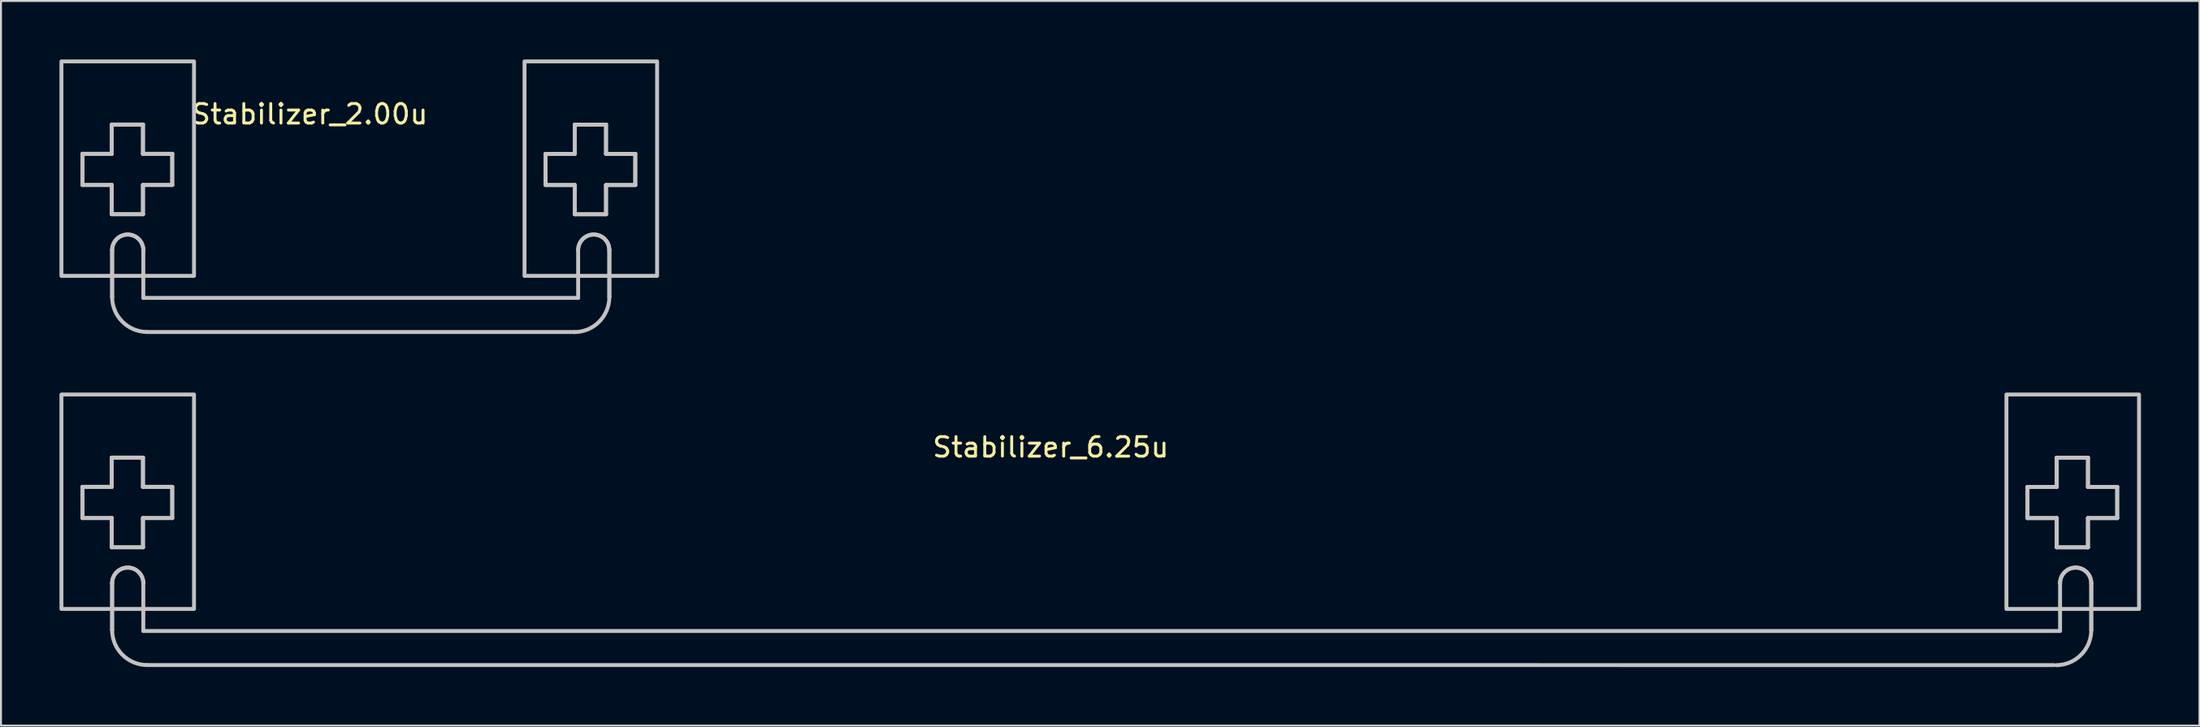
<source format=kicad_pcb>
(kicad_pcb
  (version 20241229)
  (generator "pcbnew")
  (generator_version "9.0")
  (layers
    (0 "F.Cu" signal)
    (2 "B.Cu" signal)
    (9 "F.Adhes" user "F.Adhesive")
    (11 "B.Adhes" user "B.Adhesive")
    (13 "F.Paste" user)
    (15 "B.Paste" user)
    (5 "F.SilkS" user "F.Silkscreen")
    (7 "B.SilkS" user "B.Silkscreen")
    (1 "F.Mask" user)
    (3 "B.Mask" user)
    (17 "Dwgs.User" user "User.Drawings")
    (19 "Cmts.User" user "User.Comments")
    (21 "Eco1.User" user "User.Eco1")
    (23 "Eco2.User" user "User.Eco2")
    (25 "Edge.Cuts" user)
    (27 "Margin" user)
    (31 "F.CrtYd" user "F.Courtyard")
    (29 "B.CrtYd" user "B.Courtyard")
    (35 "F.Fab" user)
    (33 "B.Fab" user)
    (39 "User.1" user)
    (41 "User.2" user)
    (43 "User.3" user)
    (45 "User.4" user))
  (footprint "Stabilizer_2.00u"
    (layer "F.Cu")
    (at 15.375 5.6)
    (property "Reference" "Stabilizer_2.00u" (at -2.54 -2.794 0) (layer "F.SilkS") (effects (font (size 1 1) (thickness 0.15))))
    (attr allow_missing_courtyard)
    (fp_line (start -14.193 -0.762) (end -12.693 -0.762) (stroke (width 0.2) (type default)) (layer "Dwgs.User"))
    (fp_line (start -14.193 -0.762) (end -12.693 -0.762) (stroke (width 0.2) (type default)) (layer "Dwgs.User"))
    (fp_line (start -14.193 0.838) (end -14.193 -0.762) (stroke (width 0.2) (type default)) (layer "Dwgs.User"))
    (fp_line (start -14.193 0.838) (end -14.193 -0.762) (stroke (width 0.2) (type default)) (layer "Dwgs.User"))
    (fp_line (start -12.693 -2.262) (end -11.093 -2.262) (stroke (width 0.2) (type default)) (layer "Dwgs.User"))
    (fp_line (start -12.693 -2.262) (end -11.093 -2.262) (stroke (width 0.2) (type default)) (layer "Dwgs.User"))
    (fp_line (start -12.693 -0.762) (end -12.693 -2.262) (stroke (width 0.2) (type default)) (layer "Dwgs.User"))
    (fp_line (start -12.693 -0.762) (end -12.693 -2.262) (stroke (width 0.2) (type default)) (layer "Dwgs.User"))
    (fp_line (start -12.693 0.838) (end -14.193 0.838) (stroke (width 0.2) (type default)) (layer "Dwgs.User"))
    (fp_line (start -12.693 0.838) (end -14.193 0.838) (stroke (width 0.2) (type default)) (layer "Dwgs.User"))
    (fp_line (start -12.693 2.338) (end -12.693 0.838) (stroke (width 0.2) (type default)) (layer "Dwgs.User"))
    (fp_line (start -12.693 2.338) (end -12.693 0.838) (stroke (width 0.2) (type default)) (layer "Dwgs.User"))
    (fp_line (start -12.675 6.584) (end -12.675 4.179) (stroke (width 0.2) (type default)) (layer "Dwgs.User"))
    (fp_line (start -12.675 6.584) (end -12.675 4.179) (stroke (width 0.2) (type default)) (layer "Dwgs.User"))
    (fp_line (start -11.093 -2.262) (end -11.093 -0.762) (stroke (width 0.2) (type default)) (layer "Dwgs.User"))
    (fp_line (start -11.093 -2.262) (end -11.093 -0.762) (stroke (width 0.2) (type default)) (layer "Dwgs.User"))
    (fp_line (start -11.093 -0.762) (end -9.593 -0.762) (stroke (width 0.2) (type default)) (layer "Dwgs.User"))
    (fp_line (start -11.093 -0.762) (end -9.593 -0.762) (stroke (width 0.2) (type default)) (layer "Dwgs.User"))
    (fp_line (start -11.093 0.838) (end -11.093 2.338) (stroke (width 0.2) (type default)) (layer "Dwgs.User"))
    (fp_line (start -11.093 0.838) (end -11.093 2.338) (stroke (width 0.2) (type default)) (layer "Dwgs.User"))
    (fp_line (start -11.093 2.338) (end -12.693 2.338) (stroke (width 0.2) (type default)) (layer "Dwgs.User"))
    (fp_line (start -11.093 2.338) (end -12.693 2.338) (stroke (width 0.2) (type default)) (layer "Dwgs.User"))
    (fp_line (start -11.075 6.63) (end -11.075 4.179) (stroke (width 0.2) (type default)) (layer "Dwgs.User"))
    (fp_line (start -9.593 -0.762) (end -9.593 0.838) (stroke (width 0.2) (type default)) (layer "Dwgs.User"))
    (fp_line (start -9.593 -0.762) (end -9.593 0.838) (stroke (width 0.2) (type default)) (layer "Dwgs.User"))
    (fp_line (start -9.593 0.838) (end -11.093 0.838) (stroke (width 0.2) (type default)) (layer "Dwgs.User"))
    (fp_line (start -9.593 0.838) (end -11.093 0.838) (stroke (width 0.2) (type default)) (layer "Dwgs.User"))
    (fp_line (start 9.555 -0.76) (end 11.055 -0.76) (stroke (width 0.2) (type default)) (layer "Dwgs.User"))
    (fp_line (start 9.555 -0.76) (end 11.055 -0.76) (stroke (width 0.2) (type default)) (layer "Dwgs.User"))
    (fp_line (start 9.555 0.84) (end 9.555 -0.76) (stroke (width 0.2) (type default)) (layer "Dwgs.User"))
    (fp_line (start 9.555 0.84) (end 9.555 -0.76) (stroke (width 0.2) (type default)) (layer "Dwgs.User"))
    (fp_line (start 11.025 8.38) (end -10.875 8.38) (stroke (width 0.2) (type default)) (layer "Dwgs.User"))
    (fp_line (start 11.055 -2.26) (end 12.655 -2.26) (stroke (width 0.2) (type default)) (layer "Dwgs.User"))
    (fp_line (start 11.055 -2.26) (end 12.655 -2.26) (stroke (width 0.2) (type default)) (layer "Dwgs.User"))
    (fp_line (start 11.055 -0.76) (end 11.055 -2.26) (stroke (width 0.2) (type default)) (layer "Dwgs.User"))
    (fp_line (start 11.055 -0.76) (end 11.055 -2.26) (stroke (width 0.2) (type default)) (layer "Dwgs.User"))
    (fp_line (start 11.055 0.84) (end 9.555 0.84) (stroke (width 0.2) (type default)) (layer "Dwgs.User"))
    (fp_line (start 11.055 0.84) (end 9.555 0.84) (stroke (width 0.2) (type default)) (layer "Dwgs.User"))
    (fp_line (start 11.055 2.34) (end 11.055 0.84) (stroke (width 0.2) (type default)) (layer "Dwgs.User"))
    (fp_line (start 11.055 2.34) (end 11.055 0.84) (stroke (width 0.2) (type default)) (layer "Dwgs.User"))
    (fp_line (start 11.225 4.179) (end 11.225 6.63) (stroke (width 0.2) (type default)) (layer "Dwgs.User"))
    (fp_line (start 11.225 6.63) (end -11.075 6.63) (stroke (width 0.2) (type default)) (layer "Dwgs.User"))
    (fp_line (start 12.655 -2.26) (end 12.655 -0.76) (stroke (width 0.2) (type default)) (layer "Dwgs.User"))
    (fp_line (start 12.655 -2.26) (end 12.655 -0.76) (stroke (width 0.2) (type default)) (layer "Dwgs.User"))
    (fp_line (start 12.655 -0.76) (end 14.155 -0.76) (stroke (width 0.2) (type default)) (layer "Dwgs.User"))
    (fp_line (start 12.655 -0.76) (end 14.155 -0.76) (stroke (width 0.2) (type default)) (layer "Dwgs.User"))
    (fp_line (start 12.655 0.84) (end 12.655 2.34) (stroke (width 0.2) (type default)) (layer "Dwgs.User"))
    (fp_line (start 12.655 0.84) (end 12.655 2.34) (stroke (width 0.2) (type default)) (layer "Dwgs.User"))
    (fp_line (start 12.655 2.34) (end 11.055 2.34) (stroke (width 0.2) (type default)) (layer "Dwgs.User"))
    (fp_line (start 12.655 2.34) (end 11.055 2.34) (stroke (width 0.2) (type default)) (layer "Dwgs.User"))
    (fp_line (start 12.825 4.179) (end 12.825 6.584) (stroke (width 0.2) (type default)) (layer "Dwgs.User"))
    (fp_line (start 12.825 4.179) (end 12.825 6.584) (stroke (width 0.2) (type default)) (layer "Dwgs.User"))
    (fp_line (start 14.155 -0.76) (end 14.155 0.84) (stroke (width 0.2) (type default)) (layer "Dwgs.User"))
    (fp_line (start 14.155 -0.76) (end 14.155 0.84) (stroke (width 0.2) (type default)) (layer "Dwgs.User"))
    (fp_line (start 14.155 0.84) (end 12.655 0.84) (stroke (width 0.2) (type default)) (layer "Dwgs.User"))
    (fp_line (start 14.155 0.84) (end 12.655 0.84) (stroke (width 0.2) (type default)) (layer "Dwgs.User"))
    (fp_rect (start -15.275 -5.5) (end -8.475 5.5) (stroke (width 0.2) (type solid)) (fill no) (layer "Dwgs.User"))
    (fp_rect (start 8.475 -5.5) (end 15.275 5.5) (stroke (width 0.2) (type solid)) (fill no) (layer "Dwgs.User"))
    (fp_arc (start -12.675 4.179208) (mid -11.875 3.379208) (end -11.075 4.179208) (stroke (width 0.2) (type default)) (layer "Dwgs.User"))
    (fp_arc (start -12.675 4.179208) (mid -11.875 3.379208) (end -11.075 4.179208) (stroke (width 0.2) (type default)) (layer "Dwgs.User"))
    (fp_arc (start -10.875012 8.377204) (mid -12.1478 7.85) (end -12.675 6.577204) (stroke (width 0.2) (type default)) (layer "Dwgs.User"))
    (fp_arc (start 11.225 4.179208) (mid 12.025 3.379208) (end 12.825 4.179208) (stroke (width 0.2) (type default)) (layer "Dwgs.User"))
    (fp_arc (start 11.225 4.17921) (mid 12.025 3.379208) (end 12.825 4.17921) (stroke (width 0.2) (type default)) (layer "Dwgs.User"))
    (fp_arc (start 12.825 6.58383) (mid 12.297796 7.856618) (end 11.025 8.383818) (stroke (width 0.2) (type default)) (layer "Dwgs.User")))
  (footprint "Stabilizer_6.25u"
    (layer "F.Cu")
    (at 53.375 22.684)
    (property "Reference" "Stabilizer_6.25u" (at -2.54 -2.794 0) (layer "F.SilkS") (effects (font (size 1 1) (thickness 0.15))))
    (attr allow_missing_courtyard)
    (fp_line (start -52.193 -0.762) (end -50.693 -0.762) (stroke (width 0.2) (type default)) (layer "Dwgs.User"))
    (fp_line (start -52.193 -0.762) (end -50.693 -0.762) (stroke (width 0.2) (type default)) (layer "Dwgs.User"))
    (fp_line (start -52.193 0.838) (end -52.193 -0.762) (stroke (width 0.2) (type default)) (layer "Dwgs.User"))
    (fp_line (start -52.193 0.838) (end -52.193 -0.762) (stroke (width 0.2) (type default)) (layer "Dwgs.User"))
    (fp_line (start -50.693 -2.262) (end -49.093 -2.262) (stroke (width 0.2) (type default)) (layer "Dwgs.User"))
    (fp_line (start -50.693 -2.262) (end -49.093 -2.262) (stroke (width 0.2) (type default)) (layer "Dwgs.User"))
    (fp_line (start -50.693 -0.762) (end -50.693 -2.262) (stroke (width 0.2) (type default)) (layer "Dwgs.User"))
    (fp_line (start -50.693 -0.762) (end -50.693 -2.262) (stroke (width 0.2) (type default)) (layer "Dwgs.User"))
    (fp_line (start -50.693 0.838) (end -52.193 0.838) (stroke (width 0.2) (type default)) (layer "Dwgs.User"))
    (fp_line (start -50.693 0.838) (end -52.193 0.838) (stroke (width 0.2) (type default)) (layer "Dwgs.User"))
    (fp_line (start -50.693 2.338) (end -50.693 0.838) (stroke (width 0.2) (type default)) (layer "Dwgs.User"))
    (fp_line (start -50.693 2.338) (end -50.693 0.838) (stroke (width 0.2) (type default)) (layer "Dwgs.User"))
    (fp_line (start -50.675 6.584) (end -50.675 4.179) (stroke (width 0.2) (type default)) (layer "Dwgs.User"))
    (fp_line (start -50.675 6.584) (end -50.675 4.179) (stroke (width 0.2) (type default)) (layer "Dwgs.User"))
    (fp_line (start -49.093 -2.262) (end -49.093 -0.762) (stroke (width 0.2) (type default)) (layer "Dwgs.User"))
    (fp_line (start -49.093 -2.262) (end -49.093 -0.762) (stroke (width 0.2) (type default)) (layer "Dwgs.User"))
    (fp_line (start -49.093 -0.762) (end -47.593 -0.762) (stroke (width 0.2) (type default)) (layer "Dwgs.User"))
    (fp_line (start -49.093 -0.762) (end -47.593 -0.762) (stroke (width 0.2) (type default)) (layer "Dwgs.User"))
    (fp_line (start -49.093 0.838) (end -49.093 2.338) (stroke (width 0.2) (type default)) (layer "Dwgs.User"))
    (fp_line (start -49.093 0.838) (end -49.093 2.338) (stroke (width 0.2) (type default)) (layer "Dwgs.User"))
    (fp_line (start -49.093 2.338) (end -50.693 2.338) (stroke (width 0.2) (type default)) (layer "Dwgs.User"))
    (fp_line (start -49.093 2.338) (end -50.693 2.338) (stroke (width 0.2) (type default)) (layer "Dwgs.User"))
    (fp_line (start -49.075 6.63) (end -49.075 4.179) (stroke (width 0.2) (type default)) (layer "Dwgs.User"))
    (fp_line (start -47.593 -0.762) (end -47.593 0.838) (stroke (width 0.2) (type default)) (layer "Dwgs.User"))
    (fp_line (start -47.593 -0.762) (end -47.593 0.838) (stroke (width 0.2) (type default)) (layer "Dwgs.User"))
    (fp_line (start -47.593 0.838) (end -49.093 0.838) (stroke (width 0.2) (type default)) (layer "Dwgs.User"))
    (fp_line (start -47.593 0.838) (end -49.093 0.838) (stroke (width 0.2) (type default)) (layer "Dwgs.User"))
    (fp_line (start 47.555 -0.76) (end 49.055 -0.76) (stroke (width 0.2) (type default)) (layer "Dwgs.User"))
    (fp_line (start 47.555 -0.76) (end 49.055 -0.76) (stroke (width 0.2) (type default)) (layer "Dwgs.User"))
    (fp_line (start 47.555 0.84) (end 47.555 -0.76) (stroke (width 0.2) (type default)) (layer "Dwgs.User"))
    (fp_line (start 47.555 0.84) (end 47.555 -0.76) (stroke (width 0.2) (type default)) (layer "Dwgs.User"))
    (fp_line (start 48.908 8.38) (end -48.875 8.377) (stroke (width 0.2) (type default)) (layer "Dwgs.User"))
    (fp_line (start 49.055 -2.26) (end 50.655 -2.26) (stroke (width 0.2) (type default)) (layer "Dwgs.User"))
    (fp_line (start 49.055 -2.26) (end 50.655 -2.26) (stroke (width 0.2) (type default)) (layer "Dwgs.User"))
    (fp_line (start 49.055 -0.76) (end 49.055 -2.26) (stroke (width 0.2) (type default)) (layer "Dwgs.User"))
    (fp_line (start 49.055 -0.76) (end 49.055 -2.26) (stroke (width 0.2) (type default)) (layer "Dwgs.User"))
    (fp_line (start 49.055 0.84) (end 47.555 0.84) (stroke (width 0.2) (type default)) (layer "Dwgs.User"))
    (fp_line (start 49.055 0.84) (end 47.555 0.84) (stroke (width 0.2) (type default)) (layer "Dwgs.User"))
    (fp_line (start 49.055 2.34) (end 49.055 0.84) (stroke (width 0.2) (type default)) (layer "Dwgs.User"))
    (fp_line (start 49.055 2.34) (end 49.055 0.84) (stroke (width 0.2) (type default)) (layer "Dwgs.User"))
    (fp_line (start 49.225 4.179) (end 49.225 6.63) (stroke (width 0.2) (type default)) (layer "Dwgs.User"))
    (fp_line (start 49.225 6.63) (end -49.075 6.63) (stroke (width 0.2) (type default)) (layer "Dwgs.User"))
    (fp_line (start 50.655 -2.26) (end 50.655 -0.76) (stroke (width 0.2) (type default)) (layer "Dwgs.User"))
    (fp_line (start 50.655 -2.26) (end 50.655 -0.76) (stroke (width 0.2) (type default)) (layer "Dwgs.User"))
    (fp_line (start 50.655 -0.76) (end 52.155 -0.76) (stroke (width 0.2) (type default)) (layer "Dwgs.User"))
    (fp_line (start 50.655 -0.76) (end 52.155 -0.76) (stroke (width 0.2) (type default)) (layer "Dwgs.User"))
    (fp_line (start 50.655 0.84) (end 50.655 2.34) (stroke (width 0.2) (type default)) (layer "Dwgs.User"))
    (fp_line (start 50.655 0.84) (end 50.655 2.34) (stroke (width 0.2) (type default)) (layer "Dwgs.User"))
    (fp_line (start 50.655 2.34) (end 49.055 2.34) (stroke (width 0.2) (type default)) (layer "Dwgs.User"))
    (fp_line (start 50.655 2.34) (end 49.055 2.34) (stroke (width 0.2) (type default)) (layer "Dwgs.User"))
    (fp_line (start 50.825 4.179) (end 50.825 6.584) (stroke (width 0.2) (type default)) (layer "Dwgs.User"))
    (fp_line (start 50.825 4.179) (end 50.825 6.584) (stroke (width 0.2) (type default)) (layer "Dwgs.User"))
    (fp_line (start 52.155 -0.76) (end 52.155 0.84) (stroke (width 0.2) (type default)) (layer "Dwgs.User"))
    (fp_line (start 52.155 -0.76) (end 52.155 0.84) (stroke (width 0.2) (type default)) (layer "Dwgs.User"))
    (fp_line (start 52.155 0.84) (end 50.655 0.84) (stroke (width 0.2) (type default)) (layer "Dwgs.User"))
    (fp_line (start 52.155 0.84) (end 50.655 0.84) (stroke (width 0.2) (type default)) (layer "Dwgs.User"))
    (fp_rect (start -53.275 -5.5) (end -46.475 5.5) (stroke (width 0.2) (type solid)) (fill no) (layer "Dwgs.User"))
    (fp_rect (start 46.475 -5.5) (end 53.275 5.5) (stroke (width 0.2) (type solid)) (fill no) (layer "Dwgs.User"))
    (fp_arc (start -50.675 4.179208) (mid -49.875 3.379208) (end -49.075 4.179208) (stroke (width 0.2) (type default)) (layer "Dwgs.User"))
    (fp_arc (start -50.675 4.179208) (mid -49.875 3.379208) (end -49.075 4.179208) (stroke (width 0.2) (type default)) (layer "Dwgs.User"))
    (fp_arc (start -48.875012 8.377204) (mid -50.1478 7.85) (end -50.675 6.577204) (stroke (width 0.2) (type default)) (layer "Dwgs.User"))
    (fp_arc (start 49.225 4.179208) (mid 50.025 3.379208) (end 50.825 4.179208) (stroke (width 0.2) (type default)) (layer "Dwgs.User"))
    (fp_arc (start 49.225 4.17921) (mid 50.025 3.379208) (end 50.825 4.17921) (stroke (width 0.2) (type default)) (layer "Dwgs.User"))
    (fp_arc (start 50.825 6.58383) (mid 50.297795 7.856622) (end 49.025 8.383818) (stroke (width 0.2) (type default)) (layer "Dwgs.User")))
  (gr_rect
    (start -3 -3)
    (end 109.75 34.168)
    (stroke (width 0.1) (type default))
    (fill no)
    (layer "Edge.Cuts")))
</source>
